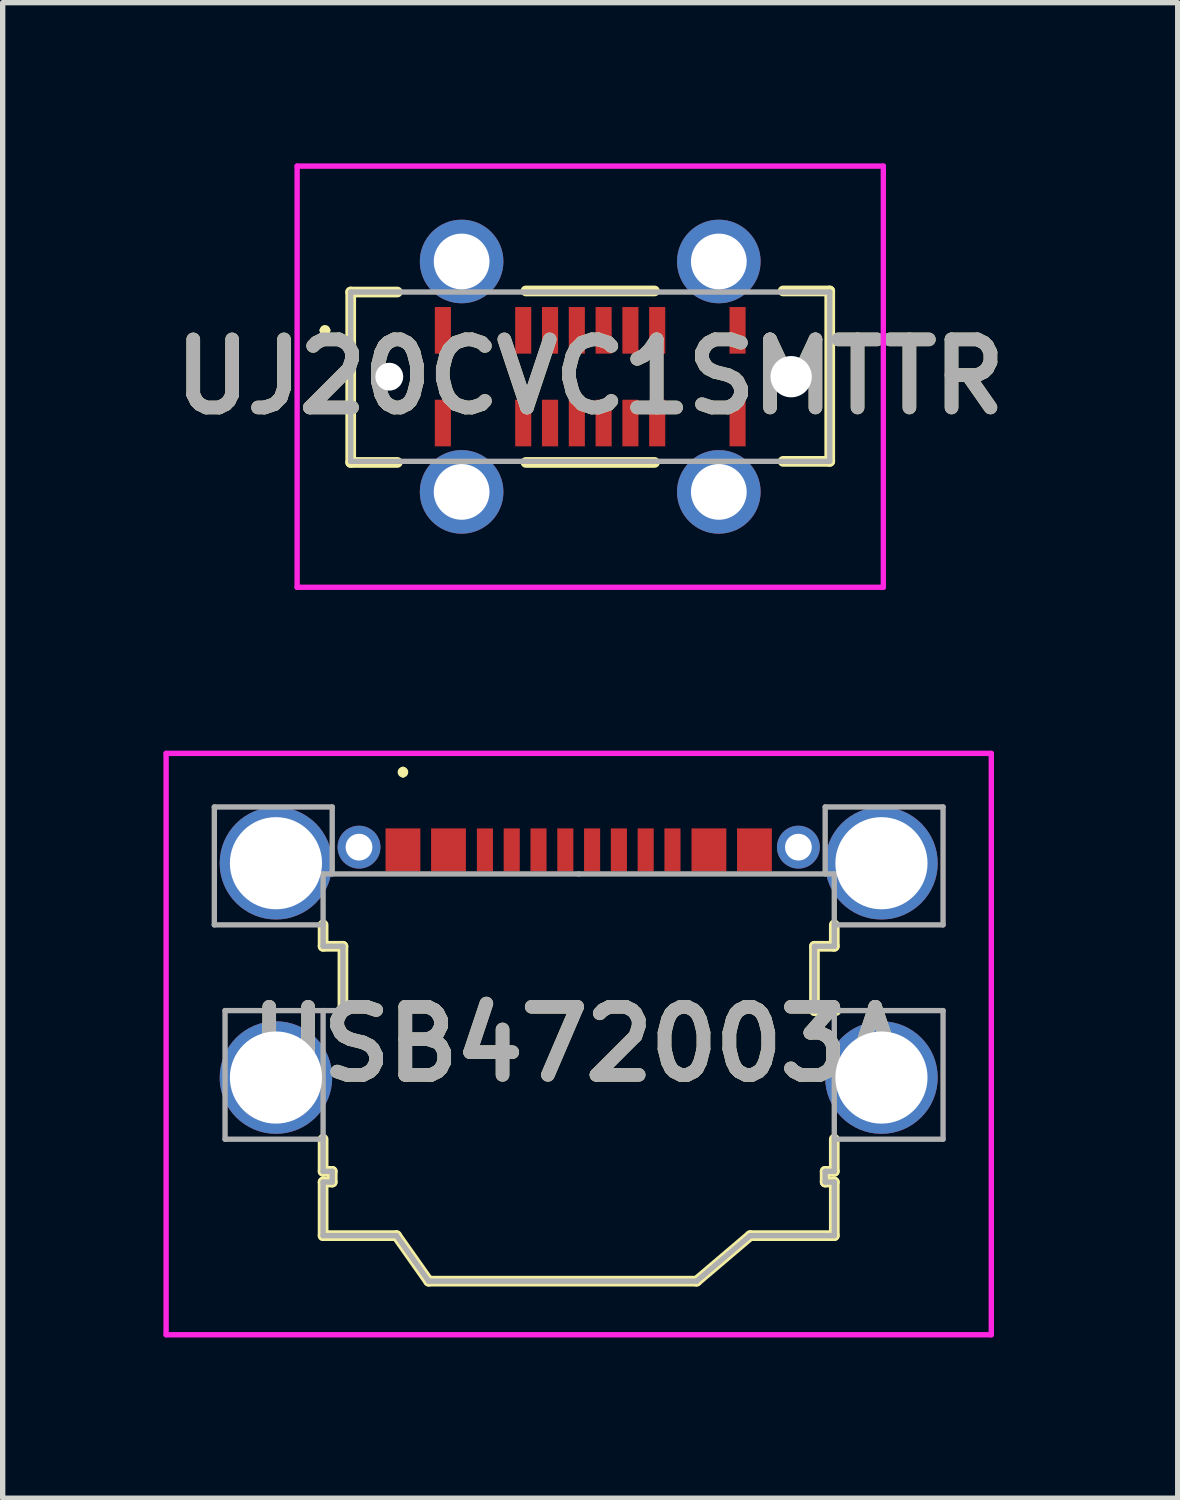
<source format=kicad_pcb>
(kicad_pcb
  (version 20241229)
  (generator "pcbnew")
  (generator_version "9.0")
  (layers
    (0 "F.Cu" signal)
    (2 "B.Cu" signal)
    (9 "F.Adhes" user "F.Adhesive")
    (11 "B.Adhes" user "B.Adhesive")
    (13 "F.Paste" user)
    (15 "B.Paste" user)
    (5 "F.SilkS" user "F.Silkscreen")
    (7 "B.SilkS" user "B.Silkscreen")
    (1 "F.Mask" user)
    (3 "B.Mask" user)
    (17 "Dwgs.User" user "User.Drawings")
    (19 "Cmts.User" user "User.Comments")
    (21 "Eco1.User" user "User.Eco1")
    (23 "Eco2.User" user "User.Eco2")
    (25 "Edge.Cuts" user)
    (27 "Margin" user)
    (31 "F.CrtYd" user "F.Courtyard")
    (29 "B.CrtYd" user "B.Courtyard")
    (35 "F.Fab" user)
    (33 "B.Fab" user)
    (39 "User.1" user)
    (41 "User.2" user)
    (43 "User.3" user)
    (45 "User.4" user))
  (footprint "UJ20CVC1SMTTR"
    (layer "F.Cu")
    (at 7.965 3.98)
    (property "Reference" "UJ20CVC1SMTTR" (at 0 0 0) (layer "F.SilkS") (effects (font (size 1.27 1.27) (thickness 0.254))))
    (attr through_hole)
    (fp_line (start -5 -0.865) (end -5 -0.865) (stroke (width 0.1) (type solid)) (layer "F.SilkS"))
    (fp_line (start -4.9 -0.865) (end -4.9 -0.865) (stroke (width 0.1) (type solid)) (layer "F.SilkS"))
    (fp_line (start -4.47 -1.58) (end -3.6 -1.58) (stroke (width 0.2) (type solid)) (layer "F.SilkS"))
    (fp_line (start -4.47 1.6) (end -4.47 -1.58) (stroke (width 0.2) (type solid)) (layer "F.SilkS"))
    (fp_line (start -3.6 1.6) (end -4.47 1.6) (stroke (width 0.2) (type solid)) (layer "F.SilkS"))
    (fp_line (start -1.2 -1.6) (end 1.2 -1.6) (stroke (width 0.2) (type solid)) (layer "F.SilkS"))
    (fp_line (start 1.2 1.6) (end -1.2 1.6) (stroke (width 0.2) (type solid)) (layer "F.SilkS"))
    (fp_line (start 3.6 -1.6) (end 4.47 -1.6) (stroke (width 0.2) (type solid)) (layer "F.SilkS"))
    (fp_line (start 4.47 -1.6) (end 4.47 1.58) (stroke (width 0.2) (type solid)) (layer "F.SilkS"))
    (fp_line (start 4.47 1.58) (end 3.6 1.58) (stroke (width 0.2) (type solid)) (layer "F.SilkS"))
    (fp_arc (start -5 -0.865) (mid -4.95 -0.915) (end -4.9 -0.865) (stroke (width 0.1) (type solid)) (layer "F.SilkS"))
    (fp_arc (start -4.9 -0.865) (mid -4.95 -0.815) (end -5 -0.865) (stroke (width 0.1) (type solid)) (layer "F.SilkS"))
    (fp_line (start -5.47 -3.93) (end 5.47 -3.93) (stroke (width 0.1) (type solid)) (layer "F.CrtYd"))
    (fp_line (start -5.47 3.93) (end -5.47 -3.93) (stroke (width 0.1) (type solid)) (layer "F.CrtYd"))
    (fp_line (start 5.47 -3.93) (end 5.47 3.93) (stroke (width 0.1) (type solid)) (layer "F.CrtYd"))
    (fp_line (start 5.47 3.93) (end -5.47 3.93) (stroke (width 0.1) (type solid)) (layer "F.CrtYd"))
    (fp_line (start -4.47 -1.58) (end 4.47 -1.58) (stroke (width 0.1) (type solid)) (layer "F.Fab"))
    (fp_line (start -4.47 1.58) (end -4.47 -1.58) (stroke (width 0.1) (type solid)) (layer "F.Fab"))
    (fp_line (start 4.47 -1.58) (end 4.47 1.58) (stroke (width 0.1) (type solid)) (layer "F.Fab"))
    (fp_line (start 4.47 1.58) (end -4.47 1.58) (stroke (width 0.1) (type solid)) (layer "F.Fab"))
    (fp_text user "${REFERENCE}" (at 0 0 0) (layer "F.Fab") (effects (font (size 1.27 1.27) (thickness 0.254))))
    (pad "" np_thru_hole circle (at -3.75 0) (size 0.52 0.52) (drill 0.52) (layers "*.Cu" "*.Mask"))
    (pad "" np_thru_hole circle (at 3.75 0) (size 0.77 0.77) (drill 0.77) (layers "*.Cu" "*.Mask"))
    (pad "1" thru_hole circle (at -2.4 -2.15) (size 1.56 1.56) (drill 1.04) (layers "*.Cu" "*.Mask"))
    (pad "2" thru_hole circle (at 2.4 -2.15) (size 1.56 1.56) (drill 1.04) (layers "*.Cu" "*.Mask"))
    (pad "3" thru_hole circle (at -2.4 2.15) (size 1.56 1.56) (drill 1.04) (layers "*.Cu" "*.Mask"))
    (pad "4" thru_hole circle (at 2.4 2.15) (size 1.56 1.56) (drill 1.04) (layers "*.Cu" "*.Mask"))
    (pad "A1" smd rect (at -2.75 -0.865) (size 0.3 0.87) (layers "F.Cu" "F.Mask" "F.Paste"))
    (pad "A4" smd rect (at -1.25 -0.865) (size 0.3 0.87) (layers "F.Cu" "F.Mask" "F.Paste"))
    (pad "A5" smd rect (at -0.75 -0.865) (size 0.3 0.87) (layers "F.Cu" "F.Mask" "F.Paste"))
    (pad "A6" smd rect (at -0.25 -0.865) (size 0.3 0.87) (layers "F.Cu" "F.Mask" "F.Paste"))
    (pad "A7" smd rect (at 0.25 -0.865) (size 0.3 0.87) (layers "F.Cu" "F.Mask" "F.Paste"))
    (pad "A8" smd rect (at 0.75 -0.865) (size 0.3 0.87) (layers "F.Cu" "F.Mask" "F.Paste"))
    (pad "A9" smd rect (at 1.25 -0.865) (size 0.3 0.87) (layers "F.Cu" "F.Mask" "F.Paste"))
    (pad "A12" smd rect (at 2.75 -0.865) (size 0.3 0.87) (layers "F.Cu" "F.Mask" "F.Paste"))
    (pad "B1" smd rect (at 2.75 0.865) (size 0.3 0.87) (layers "F.Cu" "F.Mask" "F.Paste"))
    (pad "B4" smd rect (at 1.25 0.865) (size 0.3 0.87) (layers "F.Cu" "F.Mask" "F.Paste"))
    (pad "B5" smd rect (at 0.75 0.865) (size 0.3 0.87) (layers "F.Cu" "F.Mask" "F.Paste"))
    (pad "B6" smd rect (at 0.25 0.865) (size 0.3 0.87) (layers "F.Cu" "F.Mask" "F.Paste"))
    (pad "B7" smd rect (at -0.25 0.865) (size 0.3 0.87) (layers "F.Cu" "F.Mask" "F.Paste"))
    (pad "B8" smd rect (at -0.75 0.865) (size 0.3 0.87) (layers "F.Cu" "F.Mask" "F.Paste"))
    (pad "B9" smd rect (at -1.25 0.865) (size 0.3 0.87) (layers "F.Cu" "F.Mask" "F.Paste"))
    (pad "B12" smd rect (at -2.75 0.865) (size 0.3 0.87) (layers "F.Cu" "F.Mask" "F.Paste")))
  (footprint "USB472003A"
    (layer "F.Cu")
    (at 7.75 16.81)
    (property "Reference" "USB472003A" (at 0 -0.375 0) (layer "F.SilkS") (effects (font (size 1.27 1.27) (thickness 0.254))))
    (attr through_hole)
    (fp_line (start -4.77 -2.6) (end -4.77 -2.2) (stroke (width 0.2) (type solid)) (layer "F.SilkS"))
    (fp_line (start -4.77 -2.2) (end -4.4 -2.2) (stroke (width 0.2) (type solid)) (layer "F.SilkS"))
    (fp_line (start -4.77 1.4) (end -4.77 2) (stroke (width 0.2) (type solid)) (layer "F.SilkS"))
    (fp_line (start -4.77 2) (end -4.6 2) (stroke (width 0.2) (type solid)) (layer "F.SilkS"))
    (fp_line (start -4.77 2.2) (end -4.77 3.2) (stroke (width 0.2) (type solid)) (layer "F.SilkS"))
    (fp_line (start -4.77 3.2) (end -3.4 3.2) (stroke (width 0.2) (type solid)) (layer "F.SilkS"))
    (fp_line (start -4.6 2) (end -4.6 2.2) (stroke (width 0.2) (type solid)) (layer "F.SilkS"))
    (fp_line (start -4.6 2.2) (end -4.77 2.2) (stroke (width 0.2) (type solid)) (layer "F.SilkS"))
    (fp_line (start -4.4 -2.2) (end -4.4 -1) (stroke (width 0.2) (type solid)) (layer "F.SilkS"))
    (fp_line (start -3.4 3.2) (end -2.8 4.05) (stroke (width 0.2) (type solid)) (layer "F.SilkS"))
    (fp_line (start -3.28 -5.5) (end -3.28 -5.5) (stroke (width 0.1) (type solid)) (layer "F.SilkS"))
    (fp_line (start -3.28 -5.4) (end -3.28 -5.4) (stroke (width 0.1) (type solid)) (layer "F.SilkS"))
    (fp_line (start -2.8 4.05) (end 2.2 4.05) (stroke (width 0.2) (type solid)) (layer "F.SilkS"))
    (fp_line (start 2.2 4.05) (end 3.2 3.2) (stroke (width 0.2) (type solid)) (layer "F.SilkS"))
    (fp_line (start 3.2 3.2) (end 4.77 3.2) (stroke (width 0.2) (type solid)) (layer "F.SilkS"))
    (fp_line (start 4.4 -2.2) (end 4.4 -1) (stroke (width 0.2) (type solid)) (layer "F.SilkS"))
    (fp_line (start 4.4 -1) (end 4.8 -1) (stroke (width 0.2) (type solid)) (layer "F.SilkS"))
    (fp_line (start 4.6 2) (end 4.77 2) (stroke (width 0.2) (type solid)) (layer "F.SilkS"))
    (fp_line (start 4.6 2.2) (end 4.6 2) (stroke (width 0.2) (type solid)) (layer "F.SilkS"))
    (fp_line (start 4.77 -2.6) (end 4.77 -2.2) (stroke (width 0.2) (type solid)) (layer "F.SilkS"))
    (fp_line (start 4.77 -2.2) (end 4.4 -2.2) (stroke (width 0.2) (type solid)) (layer "F.SilkS"))
    (fp_line (start 4.77 2) (end 4.77 1.4) (stroke (width 0.2) (type solid)) (layer "F.SilkS"))
    (fp_line (start 4.77 2.2) (end 4.6 2.2) (stroke (width 0.2) (type solid)) (layer "F.SilkS"))
    (fp_line (start 4.77 3.2) (end 4.77 2.2) (stroke (width 0.2) (type solid)) (layer "F.SilkS"))
    (fp_arc (start -3.28 -5.5) (mid -3.23 -5.45) (end -3.28 -5.4) (stroke (width 0.1) (type solid)) (layer "F.SilkS"))
    (fp_arc (start -3.28 -5.4) (mid -3.33 -5.45) (end -3.28 -5.5) (stroke (width 0.1) (type solid)) (layer "F.SilkS"))
    (fp_line (start -7.7 -5.8) (end 7.7 -5.8) (stroke (width 0.1) (type solid)) (layer "F.CrtYd"))
    (fp_line (start -7.7 5.05) (end -7.7 -5.8) (stroke (width 0.1) (type solid)) (layer "F.CrtYd"))
    (fp_line (start 7.7 -5.8) (end 7.7 5.05) (stroke (width 0.1) (type solid)) (layer "F.CrtYd"))
    (fp_line (start 7.7 5.05) (end -7.7 5.05) (stroke (width 0.1) (type solid)) (layer "F.CrtYd"))
    (fp_line (start -6.8 -4.8) (end -4.6 -4.8) (stroke (width 0.1) (type solid)) (layer "F.Fab"))
    (fp_line (start -6.8 -2.6) (end -6.8 -4.8) (stroke (width 0.1) (type solid)) (layer "F.Fab"))
    (fp_line (start -6.6 -1) (end -6.6 1.4) (stroke (width 0.1) (type solid)) (layer "F.Fab"))
    (fp_line (start -6.6 1.4) (end -4.77 1.4) (stroke (width 0.1) (type solid)) (layer "F.Fab"))
    (fp_line (start -4.77 -3.55) (end -4.77 -2.2) (stroke (width 0.1) (type solid)) (layer "F.Fab"))
    (fp_line (start -4.77 -2.6) (end -6.8 -2.6) (stroke (width 0.1) (type solid)) (layer "F.Fab"))
    (fp_line (start -4.77 -2.2) (end -4.4 -2.2) (stroke (width 0.1) (type solid)) (layer "F.Fab"))
    (fp_line (start -4.77 -1) (end -6.6 -1) (stroke (width 0.1) (type solid)) (layer "F.Fab"))
    (fp_line (start -4.77 -1) (end -4.77 2) (stroke (width 0.1) (type solid)) (layer "F.Fab"))
    (fp_line (start -4.77 2) (end -4.6 2) (stroke (width 0.1) (type solid)) (layer "F.Fab"))
    (fp_line (start -4.77 2.2) (end -4.77 3.2) (stroke (width 0.1) (type solid)) (layer "F.Fab"))
    (fp_line (start -4.77 3.2) (end -3.4 3.2) (stroke (width 0.1) (type solid)) (layer "F.Fab"))
    (fp_line (start -4.6 -4.8) (end -4.6 -3.55) (stroke (width 0.1) (type solid)) (layer "F.Fab"))
    (fp_line (start -4.6 2) (end -4.6 2.2) (stroke (width 0.1) (type solid)) (layer "F.Fab"))
    (fp_line (start -4.6 2.2) (end -4.77 2.2) (stroke (width 0.1) (type solid)) (layer "F.Fab"))
    (fp_line (start -4.4 -2.2) (end -4.4 -1) (stroke (width 0.1) (type solid)) (layer "F.Fab"))
    (fp_line (start -4.4 -1) (end -4.77 -1) (stroke (width 0.1) (type solid)) (layer "F.Fab"))
    (fp_line (start -3.4 3.2) (end -2.8 4.05) (stroke (width 0.1) (type solid)) (layer "F.Fab"))
    (fp_line (start -2.8 4.05) (end 2.2 4.05) (stroke (width 0.1) (type solid)) (layer "F.Fab"))
    (fp_line (start 0 -3.55) (end -4.77 -3.55) (stroke (width 0.1) (type solid)) (layer "F.Fab"))
    (fp_line (start 2.2 4.05) (end 3.2 3.2) (stroke (width 0.1) (type solid)) (layer "F.Fab"))
    (fp_line (start 3.2 3.2) (end 4.77 3.2) (stroke (width 0.1) (type solid)) (layer "F.Fab"))
    (fp_line (start 4.4 -2.2) (end 4.77 -2.2) (stroke (width 0.1) (type solid)) (layer "F.Fab"))
    (fp_line (start 4.4 -1) (end 4.4 -2.2) (stroke (width 0.1) (type solid)) (layer "F.Fab"))
    (fp_line (start 4.6 -4.8) (end 4.6 -3.55) (stroke (width 0.1) (type solid)) (layer "F.Fab"))
    (fp_line (start 4.6 2) (end 4.77 2) (stroke (width 0.1) (type solid)) (layer "F.Fab"))
    (fp_line (start 4.6 2.2) (end 4.6 2) (stroke (width 0.1) (type solid)) (layer "F.Fab"))
    (fp_line (start 4.77 -3.55) (end 0 -3.55) (stroke (width 0.1) (type solid)) (layer "F.Fab"))
    (fp_line (start 4.77 -2.2) (end 4.77 -3.55) (stroke (width 0.1) (type solid)) (layer "F.Fab"))
    (fp_line (start 4.77 -1) (end 4.4 -1) (stroke (width 0.1) (type solid)) (layer "F.Fab"))
    (fp_line (start 4.77 -1) (end 6.8 -1) (stroke (width 0.1) (type solid)) (layer "F.Fab"))
    (fp_line (start 4.77 2) (end 4.77 -1) (stroke (width 0.1) (type solid)) (layer "F.Fab"))
    (fp_line (start 4.77 2.2) (end 4.6 2.2) (stroke (width 0.1) (type solid)) (layer "F.Fab"))
    (fp_line (start 4.77 3.2) (end 4.77 2.2) (stroke (width 0.1) (type solid)) (layer "F.Fab"))
    (fp_line (start 4.8 -2.6) (end 6.8 -2.6) (stroke (width 0.1) (type solid)) (layer "F.Fab"))
    (fp_line (start 6.8 -4.8) (end 4.6 -4.8) (stroke (width 0.1) (type solid)) (layer "F.Fab"))
    (fp_line (start 6.8 -2.6) (end 6.8 -4.8) (stroke (width 0.1) (type solid)) (layer "F.Fab"))
    (fp_line (start 6.8 -1) (end 6.8 1.4) (stroke (width 0.1) (type solid)) (layer "F.Fab"))
    (fp_line (start 6.8 1.4) (end 4.77 1.4) (stroke (width 0.1) (type solid)) (layer "F.Fab"))
    (fp_text user "${REFERENCE}" (at 0 -0.375 0) (layer "F.Fab") (effects (font (size 1.27 1.27) (thickness 0.254))))
    (pad "A1" smd rect (at -3.28 -4) (size 0.65 0.8) (layers "F.Cu" "F.Mask" "F.Paste"))
    (pad "A4" smd rect (at -2.43 -4) (size 0.65 0.8) (layers "F.Cu" "F.Mask" "F.Paste"))
    (pad "A5" smd rect (at -1.25 -4) (size 0.3 0.8) (layers "F.Cu" "F.Mask" "F.Paste"))
    (pad "A6" smd rect (at -0.25 -4) (size 0.3 0.8) (layers "F.Cu" "F.Mask" "F.Paste"))
    (pad "A7" smd rect (at 0.25 -4) (size 0.3 0.8) (layers "F.Cu" "F.Mask" "F.Paste"))
    (pad "A8" smd rect (at 1.25 -4) (size 0.3 0.8) (layers "F.Cu" "F.Mask" "F.Paste"))
    (pad "A9" smd rect (at 2.43 -4) (size 0.65 0.8) (layers "F.Cu" "F.Mask" "F.Paste"))
    (pad "A12" smd rect (at 3.28 -4) (size 0.65 0.8) (layers "F.Cu" "F.Mask" "F.Paste"))
    (pad "B5" smd rect (at 1.75 -4) (size 0.3 0.8) (layers "F.Cu" "F.Mask" "F.Paste"))
    (pad "B6" smd rect (at 0.75 -4) (size 0.3 0.8) (layers "F.Cu" "F.Mask" "F.Paste"))
    (pad "B7" smd rect (at -0.75 -4) (size 0.3 0.8) (layers "F.Cu" "F.Mask" "F.Paste"))
    (pad "B8" smd rect (at -1.75 -4) (size 0.3 0.8) (layers "F.Cu" "F.Mask" "F.Paste"))
    (pad "MH1" thru_hole circle (at -4.1 -4.05) (size 0.8 0.8) (drill 0.5) (layers "*.Cu" "*.Mask"))
    (pad "MH2" thru_hole circle (at 4.1 -4.05) (size 0.8 0.8) (drill 0.5) (layers "*.Cu" "*.Mask"))
    (pad "MH3" thru_hole circle (at -5.65 -3.75) (size 2.1 2.1) (drill 1.72) (layers "*.Cu" "*.Mask"))
    (pad "MH4" thru_hole circle (at 5.65 -3.75) (size 2.1 2.1) (drill 1.72) (layers "*.Cu" "*.Mask"))
    (pad "MH5" thru_hole circle (at -5.65 0.25) (size 2.1 2.1) (drill 1.72) (layers "*.Cu" "*.Mask"))
    (pad "MH6" thru_hole circle (at 5.65 0.25) (size 2.1 2.1) (drill 1.72) (layers "*.Cu" "*.Mask")))
  (gr_rect
    (start -3 -3)
    (end 18.929 24.91)
    (stroke (width 0.1) (type default))
    (fill no)
    (layer "Edge.Cuts")))
</source>
